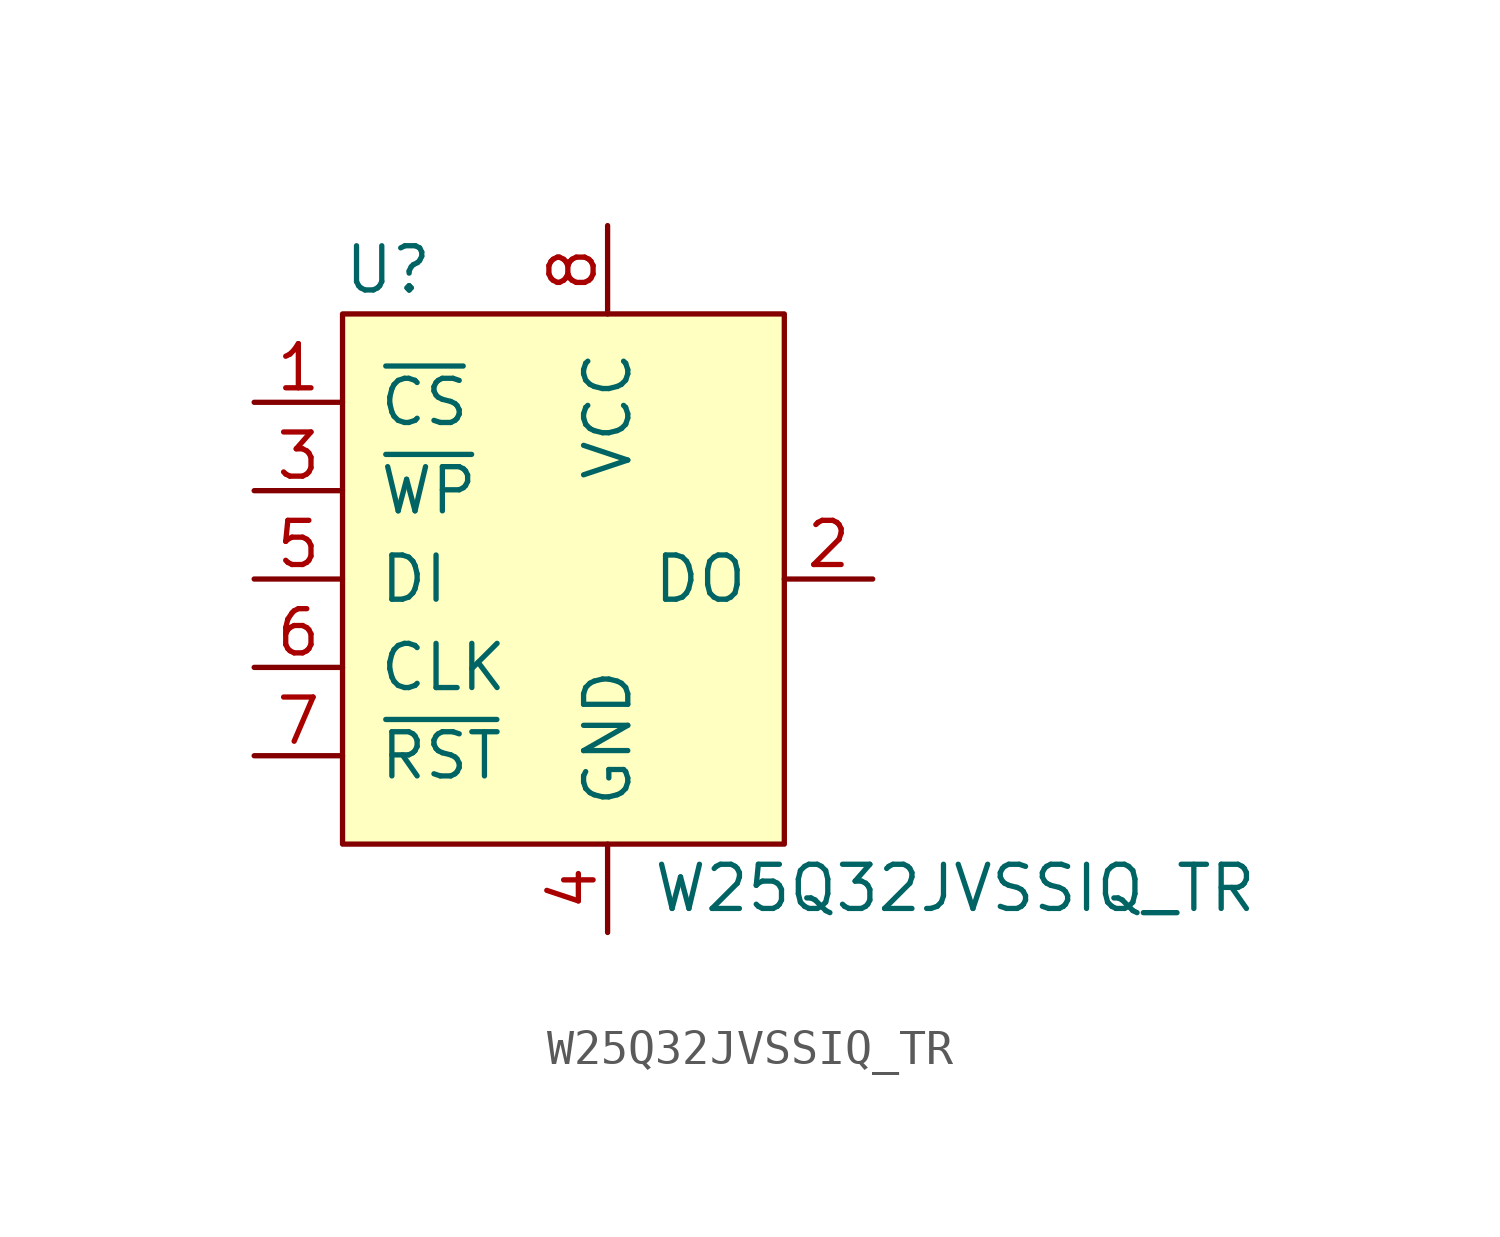
<source format=kicad_sym>
(kicad_symbol_lib
  (version 20220914)
  (generator kicad_symbol_editor)
  (symbol "W25Q32JVSSIQ_TR"
    (pin_names
      (offset 1.016))
    (property "Reference" "U"
      (at -7.62 8.89 0)
      (effects (font (size 1.27 1.27)) (justify left)))
    (property "Value" "W25Q32JVSSIQ_TR"
      (at 1.27 -8.89 0)
      (effects (font (size 1.27 1.27)) (justify left)))
    (symbol "W25Q32JVSSIQ_TR_0_1"
      (rectangle (start -7.62 7.62) (end 5.08 -7.62) (stroke (width 0) (type solid)) (fill (type background))))
    (symbol "W25Q32JVSSIQ_TR_1_1"
      (pin input line (at -10.16 5.08 0) (length 2.54) (name "~{CS}" (effects (font (size 1.27 1.27)))) (number "1" (effects (font (size 1.27 1.27)))))
      (pin output line (at 7.62 0 180) (length 2.54) (name "DO" (effects (font (size 1.27 1.27)))) (number "2" (effects (font (size 1.27 1.27)))))
      (pin input line (at -10.16 2.54 0) (length 2.54) (name "~{WP}" (effects (font (size 1.27 1.27)))) (number "3" (effects (font (size 1.27 1.27)))))
      (pin power_in line (at 0 -10.16 90) (length 2.54) (name "GND" (effects (font (size 1.27 1.27)))) (number "4" (effects (font (size 1.27 1.27)))))
      (pin input line (at -10.16 0 0) (length 2.54) (name "DI" (effects (font (size 1.27 1.27)))) (number "5" (effects (font (size 1.27 1.27)))))
      (pin input line (at -10.16 -2.54 0) (length 2.54) (name "CLK" (effects (font (size 1.27 1.27)))) (number "6" (effects (font (size 1.27 1.27)))))
      (pin input line (at -10.16 -5.08 0) (length 2.54) (name "~{RST}" (effects (font (size 1.27 1.27)))) (number "7" (effects (font (size 1.27 1.27)))))
      (pin power_in line (at 0 10.16 270) (length 2.54) (name "VCC" (effects (font (size 1.27 1.27)))) (number "8" (effects (font (size 1.27 1.27))))))))
</source>
